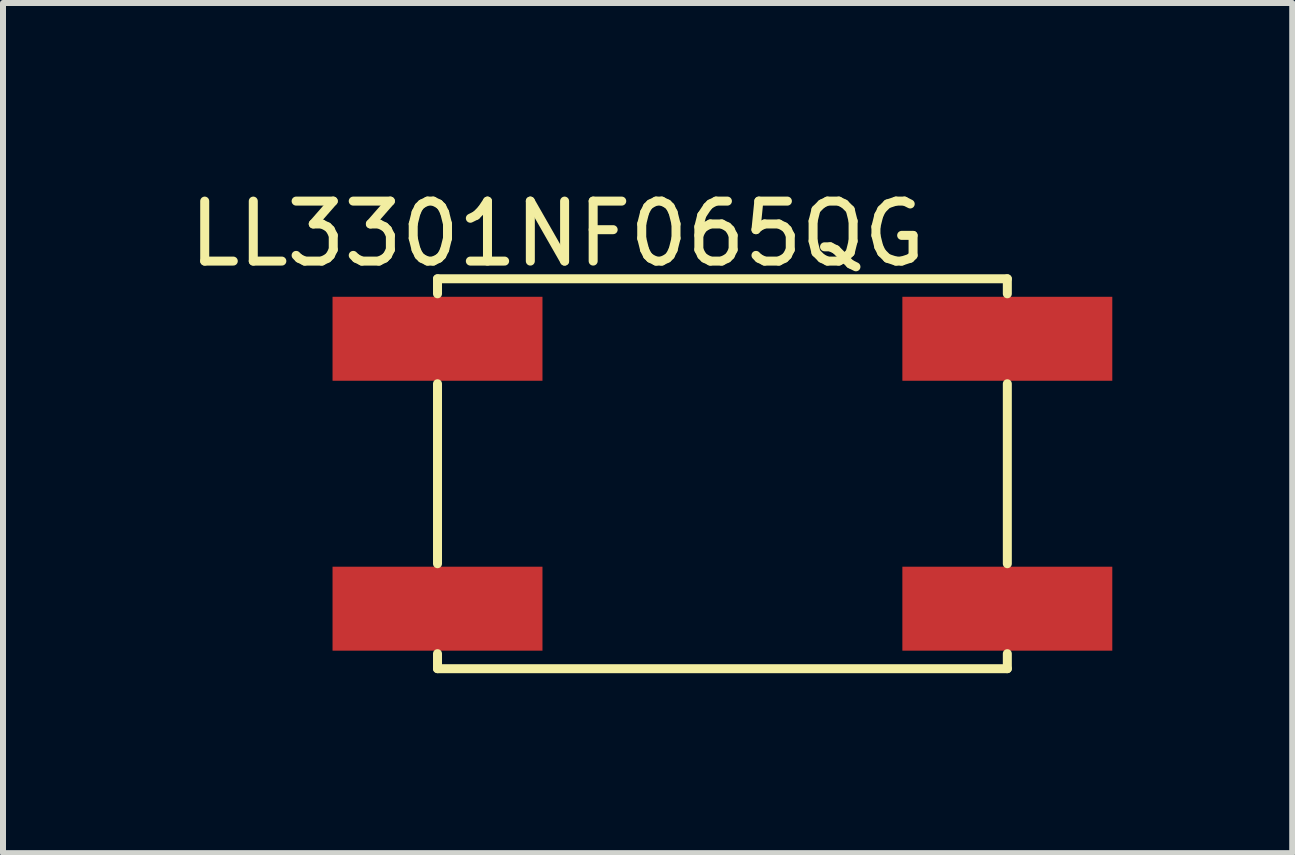
<source format=kicad_pcb>
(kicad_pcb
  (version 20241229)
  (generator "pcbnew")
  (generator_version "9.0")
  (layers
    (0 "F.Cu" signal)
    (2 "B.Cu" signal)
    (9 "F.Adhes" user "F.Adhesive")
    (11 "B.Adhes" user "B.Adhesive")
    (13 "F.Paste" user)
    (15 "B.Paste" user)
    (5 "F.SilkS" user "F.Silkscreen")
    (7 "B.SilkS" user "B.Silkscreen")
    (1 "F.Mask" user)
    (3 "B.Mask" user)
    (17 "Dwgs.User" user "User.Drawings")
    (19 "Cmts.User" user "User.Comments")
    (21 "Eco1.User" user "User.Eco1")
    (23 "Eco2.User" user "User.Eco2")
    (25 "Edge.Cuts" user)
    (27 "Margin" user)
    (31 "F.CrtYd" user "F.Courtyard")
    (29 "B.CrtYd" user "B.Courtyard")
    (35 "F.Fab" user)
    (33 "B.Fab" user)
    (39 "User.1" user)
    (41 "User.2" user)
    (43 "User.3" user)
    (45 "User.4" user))
  (footprint "LL3301NF065QG"
    (layer "F.Cu")
    (at 6.494 1.348)
    (property "Reference" "LL3301NF065QG" (at -0.25 -0.5 0) (layer "F.SilkS") (effects (font (size 1 1) (thickness 0.15))))
    (attr through_hole)
    (fp_line (start -2.25 0.25) (end 7.25 0.25) (stroke (width 0.15) (type solid)) (layer "F.SilkS"))
    (fp_line (start -2.25 0.5) (end -2.25 0.25) (stroke (width 0.15) (type solid)) (layer "F.SilkS"))
    (fp_line (start -2.25 5) (end -2.25 2) (stroke (width 0.15) (type solid)) (layer "F.SilkS"))
    (fp_line (start -2.25 6.75) (end -2.25 6.5) (stroke (width 0.15) (type solid)) (layer "F.SilkS"))
    (fp_line (start 7.25 0.25) (end 7.25 0.5) (stroke (width 0.15) (type solid)) (layer "F.SilkS"))
    (fp_line (start 7.25 2) (end 7.25 5) (stroke (width 0.15) (type solid)) (layer "F.SilkS"))
    (fp_line (start 7.25 6.5) (end 7.25 6.75) (stroke (width 0.15) (type solid)) (layer "F.SilkS"))
    (fp_line (start 7.25 6.75) (end -2.25 6.75) (stroke (width 0.15) (type solid)) (layer "F.SilkS"))
    (pad "1" smd rect (at -2.25 1.25) (size 3.5 1.4) (layers "F.Cu" "F.Mask" "F.Paste"))
    (pad "1" smd rect (at 7.25 1.25) (size 3.5 1.4) (layers "F.Cu" "F.Mask" "F.Paste"))
    (pad "2" smd rect (at -2.25 5.75) (size 3.5 1.4) (layers "F.Cu" "F.Mask" "F.Paste"))
    (pad "2" smd rect (at 7.25 5.75) (size 3.5 1.4) (layers "F.Cu" "F.Mask" "F.Paste")))
  (gr_rect
    (start -3 -3)
    (end 18.494 11.173)
    (stroke (width 0.1) (type default))
    (fill no)
    (layer "Edge.Cuts")))
</source>
